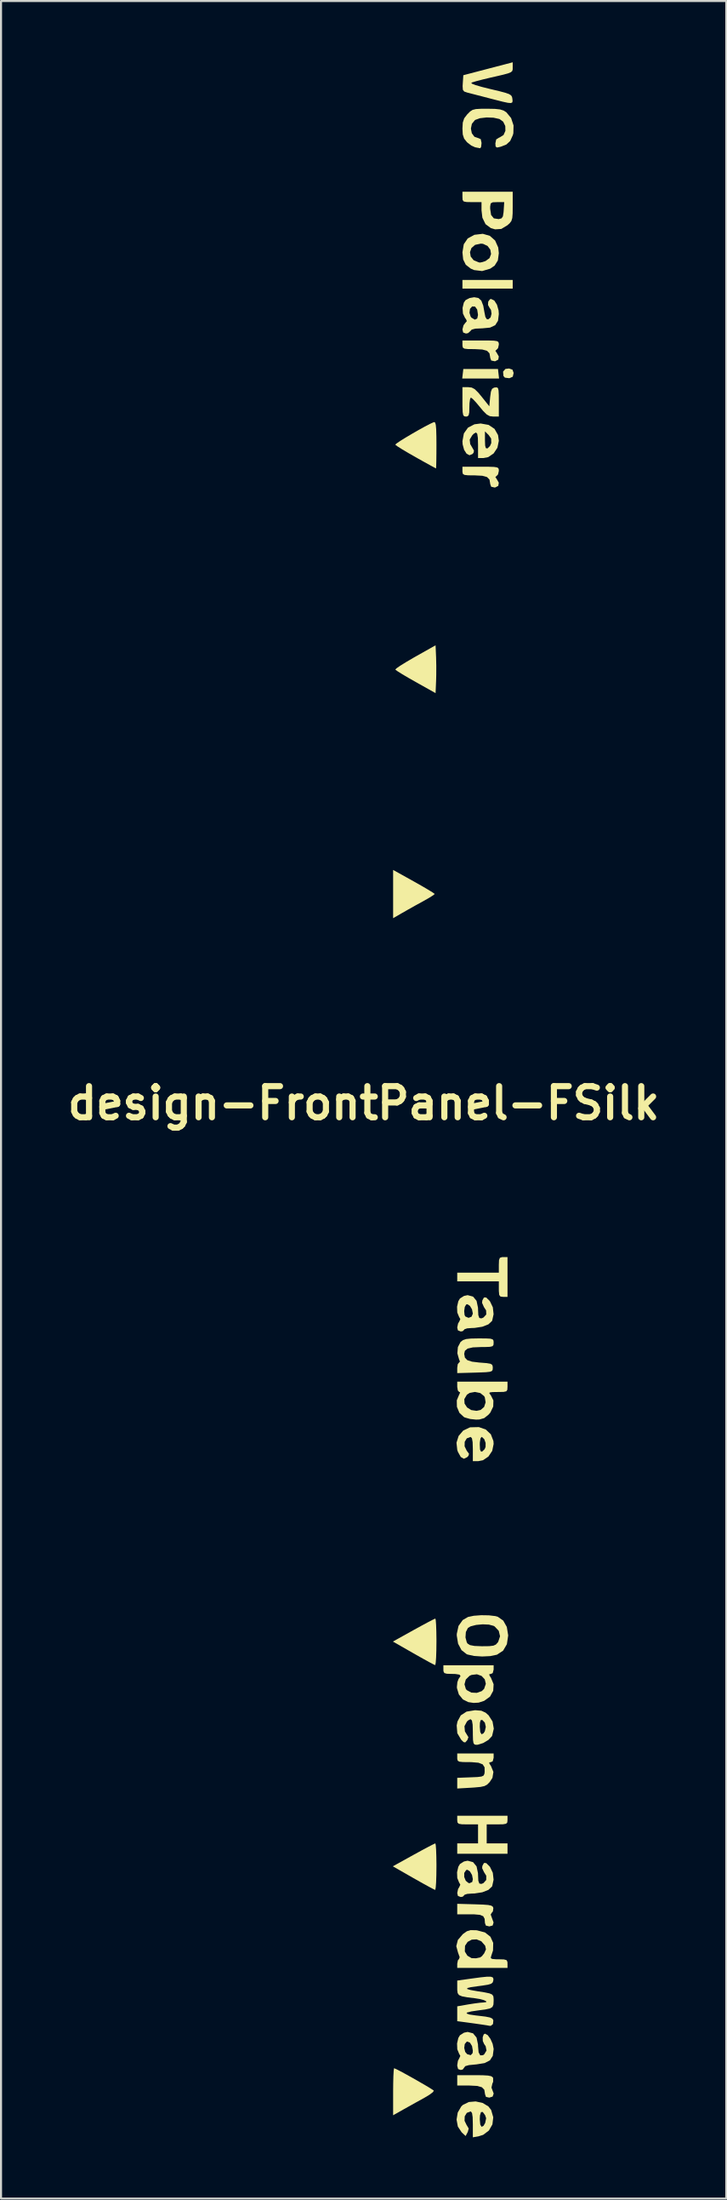
<source format=kicad_pcb>
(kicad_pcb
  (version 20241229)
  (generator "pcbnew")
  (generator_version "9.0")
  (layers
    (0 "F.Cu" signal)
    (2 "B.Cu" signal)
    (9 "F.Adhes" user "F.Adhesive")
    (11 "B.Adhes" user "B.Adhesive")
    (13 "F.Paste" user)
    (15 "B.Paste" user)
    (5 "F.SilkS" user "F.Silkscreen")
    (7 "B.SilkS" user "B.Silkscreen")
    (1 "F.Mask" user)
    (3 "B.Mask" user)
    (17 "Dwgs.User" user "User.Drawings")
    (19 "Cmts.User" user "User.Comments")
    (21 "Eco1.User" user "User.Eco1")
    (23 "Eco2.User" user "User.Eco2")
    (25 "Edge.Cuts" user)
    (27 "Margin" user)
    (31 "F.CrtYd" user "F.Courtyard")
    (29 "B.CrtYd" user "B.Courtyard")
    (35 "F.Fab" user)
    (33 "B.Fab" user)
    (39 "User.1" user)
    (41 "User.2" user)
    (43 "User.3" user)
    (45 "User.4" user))
  (footprint "design-FrontPanel-FSilk"
    (layer "F.Cu")
    (at 14.776 50.956)
    (property "Reference" "design-FrontPanel-FSilk" (at 0 0 0) (layer "F.SilkS") (effects (font (size 1.524 1.524) (thickness 0.3))))
    (attr board_only exclude_from_pos_files exclude_from_bom)
    (fp_poly (pts (xy 6.637 -35.475) (xy 4.831 -35.475) (xy 4.885 -35.941) (xy 6.584 -35.941)) (stroke (width 0) (type solid)) (fill yes) (layer "F.SilkS"))
    (fp_poly (pts (xy 7.306 -39.878) (xy 4.842 -39.878) (xy 4.842 -40.301) (xy 7.306 -40.301)) (stroke (width 0) (type solid)) (fill yes) (layer "F.SilkS"))
    (fp_poly (pts (xy 7.295 -35.909) (xy 7.348 -35.76) (xy 7.348 -35.729) (xy 7.308 -35.563) (xy 7.158 -35.496) (xy 7.125 -35.492) (xy 6.924 -35.518) (xy 6.852 -35.598) (xy 6.833 -35.812) (xy 6.948 -35.944) (xy 7.125 -35.967)) (stroke (width 0) (type solid)) (fill yes) (layer "F.SilkS"))
    (fp_poly (pts (xy 2.462 -10.853) (xy 2.832 -10.644) (xy 3.142 -10.463) (xy 3.366 -10.326) (xy 3.475 -10.25) (xy 3.481 -10.241) (xy 3.413 -10.182) (xy 3.231 -10.066) (xy 2.971 -9.917) (xy 2.91 -9.883) (xy 2.55 -9.686) (xy 2.176 -9.476) (xy 1.89 -9.313) (xy 1.444 -9.056) (xy 1.444 -11.419)) (stroke (width 0) (type solid)) (fill yes) (layer "F.SilkS"))
    (fp_poly (pts (xy 7.051 9.483) (xy 6.838 9.483) (xy 6.707 9.467) (xy 6.645 9.389) (xy 6.627 9.204) (xy 6.626 9.102) (xy 6.626 8.721) (xy 4.587 8.721) (xy 4.587 8.297) (xy 6.626 8.297) (xy 6.626 7.916) (xy 6.635 7.681) (xy 6.678 7.57) (xy 6.781 7.537) (xy 6.838 7.535) (xy 7.051 7.535)) (stroke (width 0) (type solid)) (fill yes) (layer "F.SilkS"))
    (fp_poly (pts (xy 3.55 -21.833) (xy 3.56 -21.415) (xy 3.558 -20.951) (xy 3.55 -20.663) (xy 3.525 -20.074) (xy 2.549 -20.62) (xy 2.185 -20.827) (xy 1.879 -21.008) (xy 1.659 -21.146) (xy 1.555 -21.223) (xy 1.551 -21.229) (xy 1.613 -21.292) (xy 1.797 -21.419) (xy 2.078 -21.593) (xy 2.428 -21.798) (xy 2.528 -21.855) (xy 3.525 -22.416)) (stroke (width 0) (type solid)) (fill yes) (layer "F.SilkS"))
    (fp_poly (pts (xy 3.533 36.317) (xy 3.55 36.535) (xy 3.562 36.86) (xy 3.568 37.263) (xy 3.568 37.38) (xy 3.563 37.797) (xy 3.551 38.145) (xy 3.533 38.392) (xy 3.511 38.509) (xy 3.504 38.515) (xy 3.411 38.471) (xy 3.199 38.359) (xy 2.899 38.194) (xy 2.538 37.991) (xy 2.435 37.933) (xy 1.43 37.359) (xy 2.444 36.798) (xy 2.819 36.593) (xy 3.139 36.422) (xy 3.376 36.299) (xy 3.502 36.24) (xy 3.514 36.237)) (stroke (width 0) (type solid)) (fill yes) (layer "F.SilkS"))
    (fp_poly (pts (xy 3.534 25.31) (xy 3.55 25.528) (xy 3.562 25.854) (xy 3.568 26.256) (xy 3.568 26.374) (xy 3.563 26.791) (xy 3.551 27.138) (xy 3.533 27.386) (xy 3.511 27.504) (xy 3.504 27.509) (xy 3.411 27.467) (xy 3.199 27.355) (xy 2.899 27.189) (xy 2.538 26.986) (xy 2.437 26.929) (xy 1.434 26.356) (xy 2.447 25.793) (xy 2.821 25.588) (xy 3.141 25.416) (xy 3.378 25.293) (xy 3.503 25.234) (xy 3.514 25.231)) (stroke (width 0) (type solid)) (fill yes) (layer "F.SilkS"))
    (fp_poly (pts (xy 5.457 39.219) (xy 5.853 39.233) (xy 6.11 39.253) (xy 6.259 39.286) (xy 6.332 39.337) (xy 6.357 39.402) (xy 6.336 39.564) (xy 6.286 39.624) (xy 6.227 39.719) (xy 6.278 39.862) (xy 6.368 40.108) (xy 6.324 40.256) (xy 6.159 40.301) (xy 5.991 40.26) (xy 5.946 40.139) (xy 5.93 39.93) (xy 5.86 39.802) (xy 5.703 39.736) (xy 5.427 39.711) (xy 5.215 39.709) (xy 4.587 39.709) (xy 4.587 39.195)) (stroke (width 0) (type solid)) (fill yes) (layer "F.SilkS"))
    (fp_poly (pts (xy 7.051 35.094) (xy 7.04 35.212) (xy 6.981 35.275) (xy 6.834 35.301) (xy 6.559 35.306) (xy 6.541 35.306) (xy 6.031 35.306) (xy 6.031 36.237) (xy 7.051 36.237) (xy 7.051 36.745) (xy 4.587 36.745) (xy 4.587 36.237) (xy 5.607 36.237) (xy 5.607 35.306) (xy 5.097 35.306) (xy 4.815 35.302) (xy 4.662 35.277) (xy 4.6 35.216) (xy 4.587 35.102) (xy 4.587 35.094) (xy 4.587 34.883) (xy 7.051 34.883)) (stroke (width 0) (type solid)) (fill yes) (layer "F.SilkS"))
    (fp_poly (pts (xy 1.59 47.284) (xy 1.799 47.391) (xy 2.083 47.544) (xy 2.408 47.725) (xy 2.739 47.914) (xy 3.042 48.089) (xy 3.28 48.233) (xy 3.419 48.325) (xy 3.44 48.344) (xy 3.393 48.415) (xy 3.229 48.539) (xy 2.982 48.688) (xy 2.952 48.705) (xy 2.587 48.906) (xy 2.192 49.126) (xy 1.933 49.271) (xy 1.444 49.546) (xy 1.444 48.395) (xy 1.448 47.976) (xy 1.457 47.625) (xy 1.471 47.373) (xy 1.488 47.251) (xy 1.493 47.244)) (stroke (width 0) (type solid)) (fill yes) (layer "F.SilkS"))
    (fp_poly (pts (xy 5.839 47.587) (xy 6.1 47.603) (xy 6.252 47.635) (xy 6.328 47.689) (xy 6.345 47.721) (xy 6.348 47.904) (xy 6.307 48.004) (xy 6.265 48.191) (xy 6.293 48.268) (xy 6.374 48.482) (xy 6.322 48.631) (xy 6.159 48.683) (xy 5.996 48.647) (xy 5.947 48.51) (xy 5.946 48.489) (xy 5.913 48.295) (xy 5.793 48.174) (xy 5.561 48.11) (xy 5.19 48.091) (xy 5.165 48.091) (xy 4.587 48.091) (xy 4.587 47.583) (xy 5.439 47.583)) (stroke (width 0) (type solid)) (fill yes) (layer "F.SilkS"))
    (fp_poly (pts (xy 3.503 -33.32) (xy 3.535 -33.209) (xy 3.555 -32.99) (xy 3.565 -32.64) (xy 3.568 -32.222) (xy 3.566 -31.803) (xy 3.562 -31.453) (xy 3.556 -31.202) (xy 3.549 -31.081) (xy 3.547 -31.075) (xy 3.469 -31.114) (xy 3.272 -31.222) (xy 2.982 -31.382) (xy 2.629 -31.579) (xy 2.549 -31.624) (xy 2.185 -31.832) (xy 1.879 -32.014) (xy 1.659 -32.153) (xy 1.555 -32.231) (xy 1.55 -32.238) (xy 1.612 -32.297) (xy 1.789 -32.418) (xy 2.05 -32.58) (xy 2.36 -32.764) (xy 2.686 -32.951) (xy 2.994 -33.121) (xy 3.252 -33.255) (xy 3.425 -33.334) (xy 3.457 -33.344)) (stroke (width 0) (type solid)) (fill yes) (layer "F.SilkS"))
    (fp_poly (pts (xy 6.131 -37.337) (xy 6.388 -37.328) (xy 6.536 -37.306) (xy 6.605 -37.262) (xy 6.625 -37.19) (xy 6.626 -37.133) (xy 6.587 -36.961) (xy 6.52 -36.89) (xy 6.456 -36.833) (xy 6.52 -36.739) (xy 6.625 -36.554) (xy 6.598 -36.4) (xy 6.451 -36.324) (xy 6.414 -36.322) (xy 6.251 -36.358) (xy 6.202 -36.495) (xy 6.201 -36.517) (xy 6.167 -36.71) (xy 6.048 -36.832) (xy 5.816 -36.895) (xy 5.445 -36.915) (xy 5.42 -36.915) (xy 5.115 -36.918) (xy 4.942 -36.937) (xy 4.864 -36.986) (xy 4.843 -37.078) (xy 4.842 -37.126) (xy 4.842 -37.338) (xy 5.734 -37.338)) (stroke (width 0) (type solid)) (fill yes) (layer "F.SilkS"))
    (fp_poly (pts (xy 6.131 -31.156) (xy 6.388 -31.148) (xy 6.536 -31.125) (xy 6.605 -31.081) (xy 6.625 -31.01) (xy 6.626 -30.953) (xy 6.587 -30.781) (xy 6.52 -30.709) (xy 6.456 -30.653) (xy 6.52 -30.558) (xy 6.625 -30.373) (xy 6.598 -30.22) (xy 6.451 -30.143) (xy 6.414 -30.141) (xy 6.251 -30.178) (xy 6.202 -30.314) (xy 6.201 -30.336) (xy 6.167 -30.529) (xy 6.048 -30.651) (xy 5.816 -30.715) (xy 5.445 -30.734) (xy 5.42 -30.734) (xy 5.115 -30.737) (xy 4.942 -30.757) (xy 4.864 -30.805) (xy 4.843 -30.897) (xy 4.842 -30.946) (xy 4.842 -31.157) (xy 5.734 -31.157)) (stroke (width 0) (type solid)) (fill yes) (layer "F.SilkS"))
    (fp_poly (pts (xy 6.371 32.046) (xy 6.326 32.218) (xy 6.239 32.258) (xy 6.154 32.273) (xy 6.174 32.349) (xy 6.239 32.446) (xy 6.36 32.738) (xy 6.312 33.03) (xy 6.173 33.24) (xy 6.057 33.356) (xy 5.923 33.43) (xy 5.726 33.473) (xy 5.421 33.501) (xy 5.281 33.51) (xy 4.587 33.55) (xy 4.587 33.027) (xy 5.246 33.002) (xy 5.576 32.988) (xy 5.774 32.964) (xy 5.875 32.919) (xy 5.917 32.837) (xy 5.931 32.74) (xy 5.927 32.513) (xy 5.833 32.367) (xy 5.627 32.288) (xy 5.284 32.259) (xy 5.172 32.258) (xy 4.864 32.255) (xy 4.689 32.236) (xy 4.61 32.188) (xy 4.588 32.098) (xy 4.587 32.046) (xy 4.587 31.835) (xy 6.371 31.835)) (stroke (width 0) (type solid)) (fill yes) (layer "F.SilkS"))
    (fp_poly (pts (xy 6.184 -42.461) (xy 6.444 -42.232) (xy 6.596 -41.89) (xy 6.626 -41.612) (xy 6.578 -41.255) (xy 6.421 -41.003) (xy 6.203 -40.853) (xy 5.808 -40.737) (xy 5.412 -40.785) (xy 5.248 -40.857) (xy 5.006 -41.044) (xy 4.878 -41.304) (xy 4.842 -41.653) (xy 4.843 -41.661) (xy 5.212 -41.661) (xy 5.247 -41.447) (xy 5.391 -41.267) (xy 5.646 -41.161) (xy 5.707 -41.153) (xy 5.823 -41.177) (xy 5.972 -41.226) (xy 6.17 -41.37) (xy 6.245 -41.571) (xy 6.208 -41.785) (xy 6.073 -41.966) (xy 5.85 -42.07) (xy 5.745 -42.079) (xy 5.463 -42.019) (xy 5.284 -41.865) (xy 5.212 -41.661) (xy 4.843 -41.661) (xy 4.907 -42.048) (xy 5.101 -42.334) (xy 5.424 -42.509) (xy 5.435 -42.512) (xy 5.84 -42.56)) (stroke (width 0) (type solid)) (fill yes) (layer "F.SilkS"))
    (fp_poly (pts (xy 7.306 -43.907) (xy 7.303 -43.557) (xy 7.285 -43.331) (xy 7.24 -43.186) (xy 7.156 -43.075) (xy 7.044 -42.976) (xy 6.747 -42.798) (xy 6.442 -42.778) (xy 6.232 -42.841) (xy 5.974 -43.032) (xy 5.82 -43.347) (xy 5.777 -43.707) (xy 5.777 -43.79) (xy 6.201 -43.79) (xy 6.246 -43.483) (xy 6.382 -43.316) (xy 6.616 -43.281) (xy 6.625 -43.282) (xy 6.757 -43.317) (xy 6.825 -43.412) (xy 6.857 -43.614) (xy 6.864 -43.709) (xy 6.89 -44.111) (xy 6.546 -44.111) (xy 6.326 -44.103) (xy 6.228 -44.049) (xy 6.202 -43.902) (xy 6.201 -43.79) (xy 5.777 -43.79) (xy 5.777 -44.111) (xy 5.309 -44.111) (xy 5.042 -44.116) (xy 4.903 -44.144) (xy 4.85 -44.218) (xy 4.842 -44.361) (xy 4.842 -44.619) (xy 7.306 -44.619)) (stroke (width 0) (type solid)) (fill yes) (layer "F.SilkS"))
    (fp_poly (pts (xy 5.296 -35.033) (xy 5.445 -34.955) (xy 5.614 -34.79) (xy 5.785 -34.584) (xy 6.159 -34.116) (xy 6.201 -34.563) (xy 6.237 -34.829) (xy 6.292 -34.969) (xy 6.388 -35.028) (xy 6.435 -35.037) (xy 6.527 -35.042) (xy 6.584 -35.003) (xy 6.613 -34.888) (xy 6.624 -34.666) (xy 6.626 -34.338) (xy 6.626 -33.613) (xy 6.349 -33.613) (xy 6.181 -33.634) (xy 6.031 -33.716) (xy 5.856 -33.889) (xy 5.699 -34.078) (xy 5.505 -34.309) (xy 5.347 -34.476) (xy 5.257 -34.544) (xy 5.254 -34.544) (xy 5.215 -34.467) (xy 5.188 -34.27) (xy 5.182 -34.078) (xy 5.175 -33.809) (xy 5.143 -33.669) (xy 5.072 -33.618) (xy 5.012 -33.613) (xy 4.929 -33.626) (xy 4.879 -33.688) (xy 4.853 -33.833) (xy 4.843 -34.092) (xy 4.842 -34.332) (xy 4.842 -35.052) (xy 5.127 -35.052)) (stroke (width 0) (type solid)) (fill yes) (layer "F.SilkS"))
    (fp_poly (pts (xy 7.306 -50.714) (xy 7.305 -50.609) (xy 7.284 -50.531) (xy 7.217 -50.471) (xy 7.079 -50.414) (xy 6.843 -50.35) (xy 6.483 -50.266) (xy 6.201 -50.202) (xy 5.841 -50.116) (xy 5.538 -50.037) (xy 5.333 -49.977) (xy 5.277 -49.955) (xy 5.305 -49.911) (xy 5.481 -49.842) (xy 5.787 -49.752) (xy 6.205 -49.648) (xy 6.211 -49.647) (xy 6.645 -49.544) (xy 6.941 -49.466) (xy 7.125 -49.401) (xy 7.227 -49.337) (xy 7.273 -49.261) (xy 7.29 -49.169) (xy 7.3 -49.06) (xy 7.283 -48.99) (xy 7.214 -48.961) (xy 7.068 -48.973) (xy 6.821 -49.026) (xy 6.446 -49.121) (xy 6.201 -49.184) (xy 5.809 -49.286) (xy 5.455 -49.377) (xy 5.185 -49.447) (xy 5.071 -49.476) (xy 4.927 -49.526) (xy 4.862 -49.614) (xy 4.851 -49.793) (xy 4.859 -49.93) (xy 4.885 -50.324) (xy 6.095 -50.64) (xy 7.306 -50.956)) (stroke (width 0) (type solid)) (fill yes) (layer "F.SilkS"))
    (fp_poly (pts (xy 6.125 -33.205) (xy 6.415 -33.011) (xy 6.587 -32.708) (xy 6.626 -32.427) (xy 6.557 -32.088) (xy 6.371 -31.808) (xy 6.106 -31.628) (xy 5.868 -31.581) (xy 5.607 -31.581) (xy 5.607 -32.216) (xy 5.598 -32.57) (xy 5.567 -32.771) (xy 5.503 -32.834) (xy 5.399 -32.774) (xy 5.323 -32.696) (xy 5.198 -32.487) (xy 5.222 -32.269) (xy 5.32 -32.1) (xy 5.408 -31.946) (xy 5.387 -31.841) (xy 5.33 -31.777) (xy 5.186 -31.719) (xy 5.042 -31.799) (xy 4.923 -31.986) (xy 4.852 -32.251) (xy 4.842 -32.407) (xy 4.913 -32.79) (xy 4.983 -32.888) (xy 5.946 -32.888) (xy 5.946 -32.449) (xy 5.955 -32.191) (xy 5.989 -32.069) (xy 6.058 -32.053) (xy 6.075 -32.058) (xy 6.192 -32.172) (xy 6.256 -32.317) (xy 6.248 -32.538) (xy 6.128 -32.708) (xy 5.946 -32.888) (xy 4.983 -32.888) (xy 5.114 -33.071) (xy 5.431 -33.235) (xy 5.734 -33.274)) (stroke (width 0) (type solid)) (fill yes) (layer "F.SilkS"))
    (fp_poly (pts (xy 5.83 48.943) (xy 6.112 49.111) (xy 6.248 49.284) (xy 6.353 49.645) (xy 6.311 49.994) (xy 6.14 50.293) (xy 5.859 50.505) (xy 5.628 50.578) (xy 5.352 50.626) (xy 5.352 49.994) (xy 5.345 49.742) (xy 5.692 49.742) (xy 5.715 50.001) (xy 5.779 50.111) (xy 5.873 50.066) (xy 5.957 49.922) (xy 6.004 49.691) (xy 5.952 49.541) (xy 5.837 49.385) (xy 5.751 49.392) (xy 5.701 49.556) (xy 5.692 49.742) (xy 5.345 49.742) (xy 5.343 49.644) (xy 5.313 49.441) (xy 5.258 49.363) (xy 5.241 49.361) (xy 5.056 49.429) (xy 4.953 49.6) (xy 4.946 49.818) (xy 5.05 50.032) (xy 5.061 50.045) (xy 5.149 50.196) (xy 5.104 50.364) (xy 5.096 50.378) (xy 4.998 50.562) (xy 4.802 50.379) (xy 4.617 50.099) (xy 4.554 49.759) (xy 4.611 49.413) (xy 4.785 49.114) (xy 4.864 49.039) (xy 5.152 48.898) (xy 5.492 48.869)) (stroke (width 0) (type solid)) (fill yes) (layer "F.SilkS"))
    (fp_poly (pts (xy 5.999 11.517) (xy 6.212 11.529) (xy 6.323 11.562) (xy 6.365 11.625) (xy 6.371 11.726) (xy 6.363 11.835) (xy 6.314 11.898) (xy 6.188 11.928) (xy 5.949 11.937) (xy 5.751 11.938) (xy 5.352 11.955) (xy 5.097 12.013) (xy 4.963 12.121) (xy 4.928 12.272) (xy 4.963 12.457) (xy 5.08 12.579) (xy 5.309 12.654) (xy 5.676 12.698) (xy 5.71 12.7) (xy 6.028 12.725) (xy 6.213 12.756) (xy 6.301 12.808) (xy 6.327 12.896) (xy 6.329 12.954) (xy 6.323 13.049) (xy 6.286 13.112) (xy 6.186 13.149) (xy 5.994 13.17) (xy 5.678 13.183) (xy 5.458 13.19) (xy 4.587 13.214) (xy 4.587 12.957) (xy 4.612 12.777) (xy 4.673 12.7) (xy 4.675 12.7) (xy 4.72 12.648) (xy 4.675 12.536) (xy 4.593 12.245) (xy 4.619 11.939) (xy 4.747 11.695) (xy 4.757 11.684) (xy 4.869 11.599) (xy 5.022 11.547) (xy 5.257 11.522) (xy 5.617 11.515) (xy 5.649 11.515)) (stroke (width 0) (type solid)) (fill yes) (layer "F.SilkS"))
    (fp_poly (pts (xy 5.988 15.976) (xy 6.234 16.209) (xy 6.36 16.536) (xy 6.371 16.682) (xy 6.302 17.02) (xy 6.116 17.299) (xy 5.85 17.479) (xy 5.613 17.526) (xy 5.352 17.526) (xy 5.352 16.933) (xy 5.345 16.719) (xy 5.692 16.719) (xy 5.704 16.956) (xy 5.749 17.053) (xy 5.811 17.052) (xy 5.928 16.94) (xy 5.976 16.829) (xy 5.978 16.632) (xy 5.911 16.448) (xy 5.802 16.345) (xy 5.774 16.341) (xy 5.725 16.416) (xy 5.695 16.608) (xy 5.692 16.719) (xy 5.345 16.719) (xy 5.342 16.596) (xy 5.308 16.406) (xy 5.248 16.341) (xy 5.241 16.341) (xy 5.055 16.409) (xy 4.953 16.579) (xy 4.948 16.798) (xy 5.054 17.016) (xy 5.07 17.035) (xy 5.165 17.164) (xy 5.138 17.262) (xy 5.074 17.331) (xy 4.914 17.408) (xy 4.761 17.322) (xy 4.624 17.077) (xy 4.589 16.981) (xy 4.55 16.623) (xy 4.654 16.292) (xy 4.877 16.029) (xy 5.196 15.876) (xy 5.236 15.867) (xy 5.647 15.857)) (stroke (width 0) (type solid)) (fill yes) (layer "F.SilkS"))
    (fp_poly (pts (xy 6.371 27.728) (xy 6.326 27.9) (xy 6.239 27.94) (xy 6.154 27.955) (xy 6.174 28.031) (xy 6.239 28.128) (xy 6.37 28.445) (xy 6.351 28.766) (xy 6.195 29.05) (xy 5.915 29.253) (xy 5.9 29.26) (xy 5.637 29.346) (xy 5.39 29.36) (xy 5.129 29.321) (xy 4.865 29.19) (xy 4.666 28.945) (xy 4.573 28.635) (xy 4.57 28.573) (xy 4.583 28.449) (xy 4.942 28.449) (xy 5.008 28.676) (xy 5.056 28.734) (xy 5.278 28.854) (xy 5.547 28.868) (xy 5.791 28.781) (xy 5.904 28.671) (xy 5.989 28.425) (xy 5.936 28.205) (xy 5.78 28.039) (xy 5.552 27.958) (xy 5.287 27.99) (xy 5.188 28.035) (xy 5.006 28.215) (xy 4.942 28.449) (xy 4.583 28.449) (xy 4.594 28.342) (xy 4.653 28.182) (xy 4.664 28.169) (xy 4.749 28.048) (xy 4.698 27.976) (xy 4.498 27.944) (xy 4.332 27.94) (xy 4.08 27.933) (xy 3.955 27.898) (xy 3.912 27.813) (xy 3.908 27.728) (xy 3.908 27.517) (xy 6.371 27.517)) (stroke (width 0) (type solid)) (fill yes) (layer "F.SilkS"))
    (fp_poly (pts (xy 7.051 13.885) (xy 7.043 14.029) (xy 6.994 14.105) (xy 6.86 14.134) (xy 6.602 14.139) (xy 6.57 14.139) (xy 6.303 14.143) (xy 6.176 14.162) (xy 6.163 14.209) (xy 6.231 14.294) (xy 6.36 14.552) (xy 6.351 14.852) (xy 6.209 15.147) (xy 6.123 15.247) (xy 5.908 15.418) (xy 5.673 15.485) (xy 5.507 15.491) (xy 5.218 15.46) (xy 4.961 15.387) (xy 4.915 15.366) (xy 4.692 15.157) (xy 4.571 14.865) (xy 4.565 14.546) (xy 4.589 14.488) (xy 4.934 14.488) (xy 4.946 14.706) (xy 5.069 14.895) (xy 5.274 15.023) (xy 5.534 15.061) (xy 5.734 15.017) (xy 5.904 14.872) (xy 5.978 14.644) (xy 5.938 14.401) (xy 5.904 14.34) (xy 5.716 14.19) (xy 5.455 14.136) (xy 5.196 14.183) (xy 5.061 14.272) (xy 4.934 14.488) (xy 4.589 14.488) (xy 4.685 14.259) (xy 4.695 14.245) (xy 4.729 14.153) (xy 4.683 14.139) (xy 4.616 14.066) (xy 4.587 13.889) (xy 4.587 13.885) (xy 4.587 13.631) (xy 7.051 13.631)) (stroke (width 0) (type solid)) (fill yes) (layer "F.SilkS"))
    (fp_poly (pts (xy 5.51 40.489) (xy 5.555 40.493) (xy 5.947 40.596) (xy 6.215 40.807) (xy 6.35 41.108) (xy 6.341 41.479) (xy 6.248 41.762) (xy 6.23 41.849) (xy 6.297 41.893) (xy 6.484 41.909) (xy 6.617 41.91) (xy 6.872 41.917) (xy 7.001 41.95) (xy 7.046 42.032) (xy 7.051 42.122) (xy 7.051 42.333) (xy 4.587 42.333) (xy 4.587 42.129) (xy 4.619 41.961) (xy 4.676 41.895) (xy 4.706 41.805) (xy 4.634 41.605) (xy 4.63 41.597) (xy 4.607 41.513) (xy 4.959 41.513) (xy 4.965 41.541) (xy 5.085 41.734) (xy 5.29 41.855) (xy 5.507 41.862) (xy 5.507 41.862) (xy 5.664 41.828) (xy 5.697 41.825) (xy 5.793 41.762) (xy 5.908 41.619) (xy 5.995 41.425) (xy 5.957 41.252) (xy 5.951 41.24) (xy 5.766 41.028) (xy 5.534 40.935) (xy 5.298 40.949) (xy 5.096 41.059) (xy 4.969 41.251) (xy 4.959 41.513) (xy 4.607 41.513) (xy 4.54 41.269) (xy 4.617 40.966) (xy 4.86 40.68) (xy 4.869 40.673) (xy 5.059 40.538) (xy 5.246 40.483)) (stroke (width 0) (type solid)) (fill yes) (layer "F.SilkS"))
    (fp_poly (pts (xy 6.141 25.072) (xy 6.46 25.11) (xy 6.574 25.142) (xy 6.842 25.33) (xy 7.017 25.64) (xy 7.083 26.044) (xy 7.083 26.066) (xy 7.02 26.486) (xy 6.837 26.8) (xy 6.542 26.995) (xy 6.523 27.002) (xy 6.203 27.068) (xy 5.808 27.087) (xy 5.413 27.061) (xy 5.093 26.991) (xy 5.048 26.973) (xy 4.796 26.776) (xy 4.629 26.461) (xy 4.579 26.154) (xy 4.991 26.154) (xy 5.055 26.395) (xy 5.093 26.454) (xy 5.212 26.529) (xy 5.432 26.571) (xy 5.786 26.585) (xy 5.828 26.585) (xy 6.155 26.581) (xy 6.357 26.557) (xy 6.48 26.503) (xy 6.57 26.405) (xy 6.596 26.367) (xy 6.685 26.097) (xy 6.622 25.832) (xy 6.422 25.619) (xy 6.37 25.588) (xy 6.141 25.526) (xy 5.834 25.512) (xy 5.513 25.542) (xy 5.244 25.611) (xy 5.112 25.688) (xy 5.01 25.889) (xy 4.991 26.154) (xy 4.579 26.154) (xy 4.564 26.064) (xy 4.565 25.98) (xy 4.649 25.592) (xy 4.855 25.303) (xy 5.115 25.152) (xy 5.398 25.093) (xy 5.763 25.066)) (stroke (width 0) (type solid)) (fill yes) (layer "F.SilkS"))
    (fp_poly (pts (xy 5.769 29.742) (xy 5.977 29.837) (xy 6.123 29.965) (xy 6.317 30.268) (xy 6.379 30.621) (xy 6.298 30.966) (xy 6.284 30.993) (xy 6.118 31.17) (xy 5.862 31.323) (xy 5.595 31.406) (xy 5.526 31.411) (xy 5.437 31.397) (xy 5.385 31.332) (xy 5.36 31.179) (xy 5.352 30.905) (xy 5.352 30.776) (xy 5.345 30.525) (xy 5.692 30.525) (xy 5.715 30.784) (xy 5.778 30.895) (xy 5.873 30.849) (xy 5.939 30.748) (xy 5.987 30.534) (xy 5.94 30.324) (xy 5.814 30.194) (xy 5.811 30.192) (xy 5.735 30.204) (xy 5.699 30.333) (xy 5.692 30.525) (xy 5.345 30.525) (xy 5.342 30.421) (xy 5.307 30.22) (xy 5.238 30.155) (xy 5.126 30.214) (xy 5.061 30.274) (xy 4.941 30.5) (xy 4.963 30.754) (xy 5.054 30.903) (xy 5.136 31.038) (xy 5.083 31.175) (xy 5.068 31.196) (xy 4.98 31.294) (xy 4.898 31.278) (xy 4.78 31.162) (xy 4.591 30.844) (xy 4.56 30.463) (xy 4.599 30.267) (xy 4.76 29.969) (xy 5.045 29.785) (xy 5.451 29.718) (xy 5.483 29.718)) (stroke (width 0) (type solid)) (fill yes) (layer "F.SilkS"))
    (fp_poly (pts (xy 5.626 -39.418) (xy 5.767 -39.29) (xy 5.862 -39.044) (xy 5.917 -38.735) (xy 5.967 -38.488) (xy 6.037 -38.38) (xy 6.107 -38.372) (xy 6.221 -38.466) (xy 6.268 -38.646) (xy 6.241 -38.836) (xy 6.172 -38.936) (xy 6.095 -39.077) (xy 6.106 -39.242) (xy 6.192 -39.356) (xy 6.249 -39.37) (xy 6.405 -39.293) (xy 6.534 -39.091) (xy 6.613 -38.811) (xy 6.626 -38.631) (xy 6.585 -38.301) (xy 6.448 -38.086) (xy 6.195 -37.968) (xy 5.806 -37.931) (xy 5.786 -37.931) (xy 5.472 -37.917) (xy 5.297 -37.87) (xy 5.236 -37.804) (xy 5.121 -37.699) (xy 5.015 -37.677) (xy 4.877 -37.728) (xy 4.842 -37.878) (xy 4.894 -38.081) (xy 4.972 -38.186) (xy 5.057 -38.285) (xy 5.015 -38.387) (xy 4.972 -38.436) (xy 4.867 -38.655) (xy 4.864 -38.693) (xy 5.187 -38.693) (xy 5.246 -38.504) (xy 5.284 -38.456) (xy 5.45 -38.357) (xy 5.567 -38.413) (xy 5.605 -38.587) (xy 5.565 -38.852) (xy 5.46 -38.997) (xy 5.318 -39.004) (xy 5.212 -38.886) (xy 5.187 -38.693) (xy 4.864 -38.693) (xy 4.848 -38.934) (xy 4.911 -39.193) (xy 4.997 -39.315) (xy 5.194 -39.416) (xy 5.419 -39.455)) (stroke (width 0) (type solid)) (fill yes) (layer "F.SilkS"))
    (fp_poly (pts (xy 6.432 -48.676) (xy 6.686 -48.649) (xy 6.862 -48.594) (xy 6.995 -48.509) (xy 7.227 -48.228) (xy 7.347 -47.867) (xy 7.338 -47.485) (xy 7.312 -47.389) (xy 7.182 -47.103) (xy 6.995 -46.931) (xy 6.719 -46.823) (xy 6.539 -46.783) (xy 6.468 -46.83) (xy 6.456 -46.987) (xy 6.496 -47.179) (xy 6.642 -47.272) (xy 6.667 -47.278) (xy 6.857 -47.398) (xy 6.948 -47.602) (xy 6.942 -47.837) (xy 6.838 -48.05) (xy 6.656 -48.18) (xy 6.365 -48.244) (xy 6.023 -48.256) (xy 5.7 -48.219) (xy 5.466 -48.135) (xy 5.456 -48.128) (xy 5.305 -47.944) (xy 5.257 -47.712) (xy 5.302 -47.483) (xy 5.43 -47.31) (xy 5.624 -47.244) (xy 5.738 -47.195) (xy 5.776 -47.024) (xy 5.777 -46.99) (xy 5.758 -46.816) (xy 5.714 -46.747) (xy 5.713 -46.748) (xy 5.585 -46.772) (xy 5.465 -46.795) (xy 5.28 -46.878) (xy 5.078 -47.033) (xy 5.061 -47.049) (xy 4.924 -47.221) (xy 4.858 -47.422) (xy 4.842 -47.712) (xy 4.859 -48.008) (xy 4.928 -48.214) (xy 5.076 -48.407) (xy 5.089 -48.42) (xy 5.218 -48.549) (xy 5.34 -48.627) (xy 5.502 -48.667) (xy 5.749 -48.681) (xy 6.054 -48.683)) (stroke (width 0) (type solid)) (fill yes) (layer "F.SilkS"))
    (fp_poly (pts (xy 5.363 9.469) (xy 5.534 9.676) (xy 5.605 10.014) (xy 5.607 10.089) (xy 5.62 10.376) (xy 5.671 10.517) (xy 5.773 10.535) (xy 5.873 10.493) (xy 6.011 10.343) (xy 6.001 10.143) (xy 5.896 9.982) (xy 5.804 9.774) (xy 5.817 9.658) (xy 5.896 9.511) (xy 6.004 9.512) (xy 6.162 9.664) (xy 6.195 9.706) (xy 6.331 9.991) (xy 6.369 10.329) (xy 6.302 10.637) (xy 6.288 10.665) (xy 6.115 10.827) (xy 5.816 10.944) (xy 5.433 11.003) (xy 5.297 11.007) (xy 5.073 11.024) (xy 4.942 11.068) (xy 4.927 11.091) (xy 4.856 11.16) (xy 4.757 11.176) (xy 4.62 11.122) (xy 4.587 10.981) (xy 4.628 10.784) (xy 4.686 10.689) (xy 4.738 10.571) (xy 4.677 10.462) (xy 4.589 10.248) (xy 4.586 10.177) (xy 4.928 10.177) (xy 4.946 10.367) (xy 4.984 10.442) (xy 5.141 10.509) (xy 5.288 10.453) (xy 5.352 10.303) (xy 5.311 10.095) (xy 5.211 9.925) (xy 5.09 9.844) (xy 5.025 9.856) (xy 4.956 9.977) (xy 4.928 10.177) (xy 4.586 10.177) (xy 4.578 9.965) (xy 4.64 9.695) (xy 4.719 9.562) (xy 4.918 9.436) (xy 5.097 9.398)) (stroke (width 0) (type solid)) (fill yes) (layer "F.SilkS"))
    (fp_poly (pts (xy 5.363 37.155) (xy 5.534 37.362) (xy 5.605 37.7) (xy 5.607 37.775) (xy 5.62 38.062) (xy 5.671 38.203) (xy 5.773 38.221) (xy 5.873 38.179) (xy 6.008 38.027) (xy 6.01 37.822) (xy 5.898 37.641) (xy 5.807 37.448) (xy 5.819 37.338) (xy 5.897 37.195) (xy 6.007 37.2) (xy 6.166 37.356) (xy 6.195 37.392) (xy 6.331 37.677) (xy 6.369 38.015) (xy 6.302 38.323) (xy 6.288 38.351) (xy 6.115 38.513) (xy 5.816 38.63) (xy 5.433 38.689) (xy 5.297 38.693) (xy 5.073 38.71) (xy 4.942 38.754) (xy 4.927 38.777) (xy 4.856 38.846) (xy 4.757 38.862) (xy 4.62 38.808) (xy 4.587 38.667) (xy 4.628 38.47) (xy 4.686 38.375) (xy 4.738 38.257) (xy 4.677 38.148) (xy 4.589 37.934) (xy 4.587 37.881) (xy 4.929 37.881) (xy 5.005 38.067) (xy 5.14 38.177) (xy 5.191 38.185) (xy 5.322 38.125) (xy 5.352 37.989) (xy 5.311 37.781) (xy 5.211 37.611) (xy 5.09 37.53) (xy 5.025 37.542) (xy 4.93 37.683) (xy 4.929 37.881) (xy 4.587 37.881) (xy 4.578 37.651) (xy 4.64 37.381) (xy 4.719 37.248) (xy 4.918 37.122) (xy 5.097 37.084)) (stroke (width 0) (type solid)) (fill yes) (layer "F.SilkS"))
    (fp_poly (pts (xy 5.363 45.536) (xy 5.534 45.744) (xy 5.605 46.084) (xy 5.607 46.166) (xy 5.635 46.468) (xy 5.717 46.615) (xy 5.851 46.604) (xy 5.908 46.564) (xy 6.022 46.378) (xy 5.979 46.162) (xy 5.907 46.062) (xy 5.84 45.912) (xy 5.834 45.73) (xy 5.884 45.588) (xy 5.95 45.551) (xy 6.082 45.625) (xy 6.217 45.81) (xy 6.323 46.051) (xy 6.371 46.294) (xy 6.371 46.315) (xy 6.329 46.639) (xy 6.188 46.859) (xy 5.927 46.992) (xy 5.527 47.056) (xy 5.491 47.059) (xy 5.161 47.091) (xy 4.98 47.142) (xy 4.927 47.212) (xy 4.856 47.307) (xy 4.757 47.329) (xy 4.629 47.285) (xy 4.588 47.128) (xy 4.587 47.092) (xy 4.62 46.882) (xy 4.686 46.757) (xy 4.738 46.639) (xy 4.677 46.53) (xy 4.589 46.316) (xy 4.587 46.251) (xy 4.93 46.251) (xy 4.977 46.444) (xy 5.074 46.555) (xy 5.249 46.604) (xy 5.339 46.506) (xy 5.352 46.387) (xy 5.311 46.156) (xy 5.209 45.99) (xy 5.079 45.937) (xy 5.053 45.944) (xy 4.955 46.059) (xy 4.93 46.251) (xy 4.587 46.251) (xy 4.578 46.033) (xy 4.64 45.763) (xy 4.719 45.63) (xy 4.918 45.504) (xy 5.097 45.466)) (stroke (width 0) (type solid)) (fill yes) (layer "F.SilkS"))
    (fp_poly (pts (xy 6.231 42.764) (xy 6.329 42.797) (xy 6.361 42.866) (xy 6.356 42.947) (xy 6.327 43.042) (xy 6.25 43.107) (xy 6.091 43.155) (xy 5.815 43.199) (xy 5.607 43.226) (xy 5.26 43.274) (xy 5.083 43.319) (xy 5.074 43.364) (xy 5.232 43.413) (xy 5.557 43.471) (xy 5.564 43.472) (xy 5.936 43.531) (xy 6.172 43.581) (xy 6.302 43.639) (xy 6.358 43.724) (xy 6.371 43.854) (xy 6.371 43.94) (xy 6.362 44.125) (xy 6.313 44.244) (xy 6.19 44.318) (xy 5.961 44.368) (xy 5.641 44.41) (xy 5.272 44.464) (xy 5.073 44.516) (xy 5.044 44.565) (xy 5.185 44.614) (xy 5.495 44.66) (xy 5.613 44.673) (xy 5.971 44.716) (xy 6.192 44.76) (xy 6.31 44.817) (xy 6.356 44.896) (xy 6.357 44.903) (xy 6.339 45.083) (xy 6.231 45.17) (xy 6.159 45.165) (xy 6.041 45.143) (xy 5.798 45.106) (xy 5.475 45.06) (xy 5.331 45.04) (xy 4.587 44.941) (xy 4.587 44.213) (xy 5.125 44.12) (xy 5.439 44.071) (xy 5.709 44.037) (xy 5.852 44.027) (xy 6.002 44.01) (xy 6.01 43.968) (xy 5.901 43.912) (xy 5.697 43.857) (xy 5.459 43.819) (xy 5.069 43.77) (xy 4.817 43.723) (xy 4.673 43.661) (xy 4.607 43.566) (xy 4.588 43.42) (xy 4.587 43.311) (xy 4.587 42.952) (xy 5.288 42.854) (xy 5.736 42.794) (xy 6.042 42.763)) (stroke (width 0) (type solid)) (fill yes) (layer "F.SilkS")))
  (gr_rect
    (start -3 -3)
    (end 32.551 104.582)
    (stroke (width 0.1) (type default))
    (fill no)
    (layer "Edge.Cuts")))
</source>
